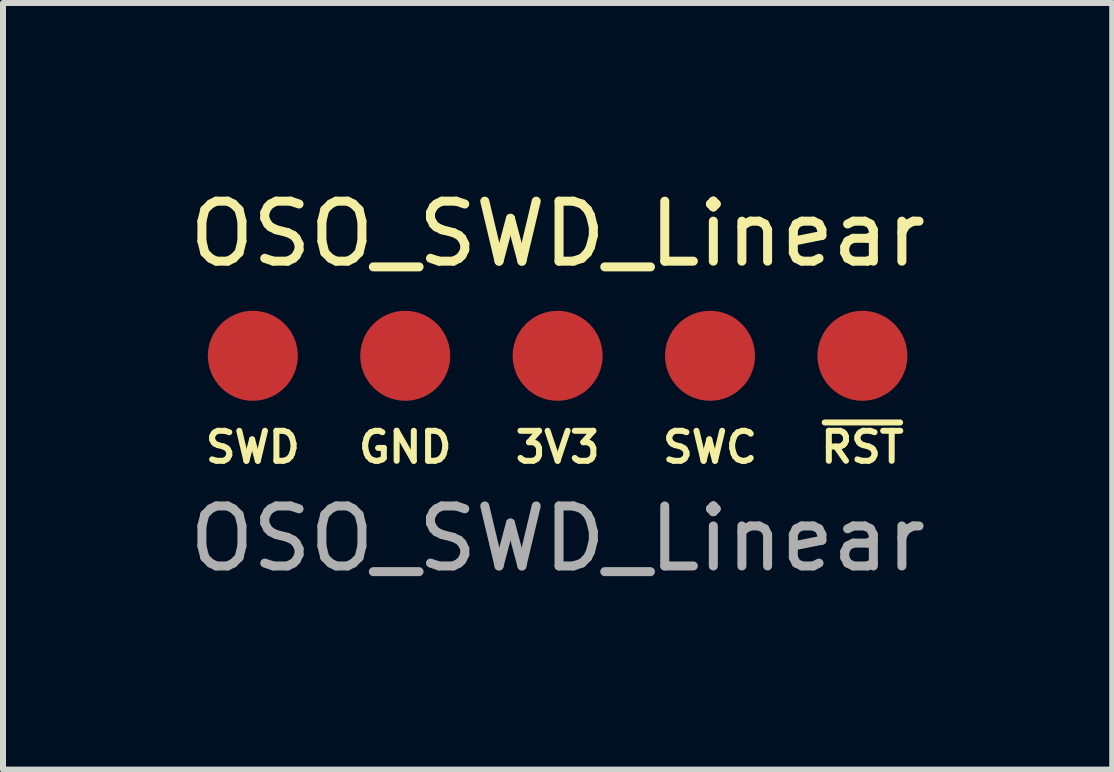
<source format=kicad_pcb>
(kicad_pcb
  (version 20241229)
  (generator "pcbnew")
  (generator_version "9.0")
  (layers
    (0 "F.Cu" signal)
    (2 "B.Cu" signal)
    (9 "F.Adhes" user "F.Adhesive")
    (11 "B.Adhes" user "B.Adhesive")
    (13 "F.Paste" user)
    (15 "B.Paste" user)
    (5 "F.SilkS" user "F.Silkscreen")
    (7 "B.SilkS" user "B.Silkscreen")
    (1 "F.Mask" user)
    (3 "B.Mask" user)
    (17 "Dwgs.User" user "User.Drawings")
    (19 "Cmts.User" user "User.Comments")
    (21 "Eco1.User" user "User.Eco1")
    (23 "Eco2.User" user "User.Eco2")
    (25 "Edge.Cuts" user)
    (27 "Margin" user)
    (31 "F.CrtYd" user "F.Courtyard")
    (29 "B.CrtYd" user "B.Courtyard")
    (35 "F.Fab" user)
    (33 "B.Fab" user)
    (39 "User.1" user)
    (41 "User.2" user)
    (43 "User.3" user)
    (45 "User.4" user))
  (footprint "OSO_SWD_Linear"
    (layer "F.Cu")
    (at 6.244 2.88)
    (property "Reference" "OSO_SWD_Linear" (at 0 -2.032 0) (unlocked yes) (layer "F.SilkS") (effects (font (size 1 1) (thickness 0.15))))
    (attr smd)
    (fp_text user "~{RST}" (at 5.08 1.524 0) (unlocked yes) (layer "F.SilkS") (effects (font (size 0.5 0.5) (thickness 0.1))))
    (fp_text user "SWD" (at -5.08 1.524 0) (unlocked yes) (layer "F.SilkS") (effects (font (size 0.5 0.5) (thickness 0.1))))
    (fp_text user "GND" (at -2.54 1.524 0) (unlocked yes) (layer "F.SilkS") (effects (font (size 0.5 0.5) (thickness 0.1))))
    (fp_text user "SWC" (at 2.54 1.524 0) (unlocked yes) (layer "F.SilkS") (effects (font (size 0.5 0.5) (thickness 0.1))))
    (fp_text user "3V3" (at 0 1.524 0) (unlocked yes) (layer "F.SilkS") (effects (font (size 0.5 0.5) (thickness 0.1))))
    (fp_text user "${REFERENCE}" (at 0 3.048 0) (unlocked yes) (layer "F.Fab") (effects (font (size 1 1) (thickness 0.15))))
    (pad "1" smd circle (at -5.08 0) (size 1.5 1.5) (layers "F.Cu" "F.Mask"))
    (pad "2" smd circle (at -2.54 0) (size 1.5 1.5) (layers "F.Cu" "F.Mask"))
    (pad "3" smd circle (at 0 0) (size 1.5 1.5) (layers "F.Cu" "F.Mask"))
    (pad "4" smd circle (at 2.54 0) (size 1.5 1.5) (layers "F.Cu" "F.Mask"))
    (pad "5" smd circle (at 5.08 0) (size 1.5 1.5) (layers "F.Cu" "F.Mask")))
  (gr_rect
    (start -3 -3)
    (end 15.488 9.777)
    (stroke (width 0.1) (type default))
    (fill no)
    (layer "Edge.Cuts")))
</source>
